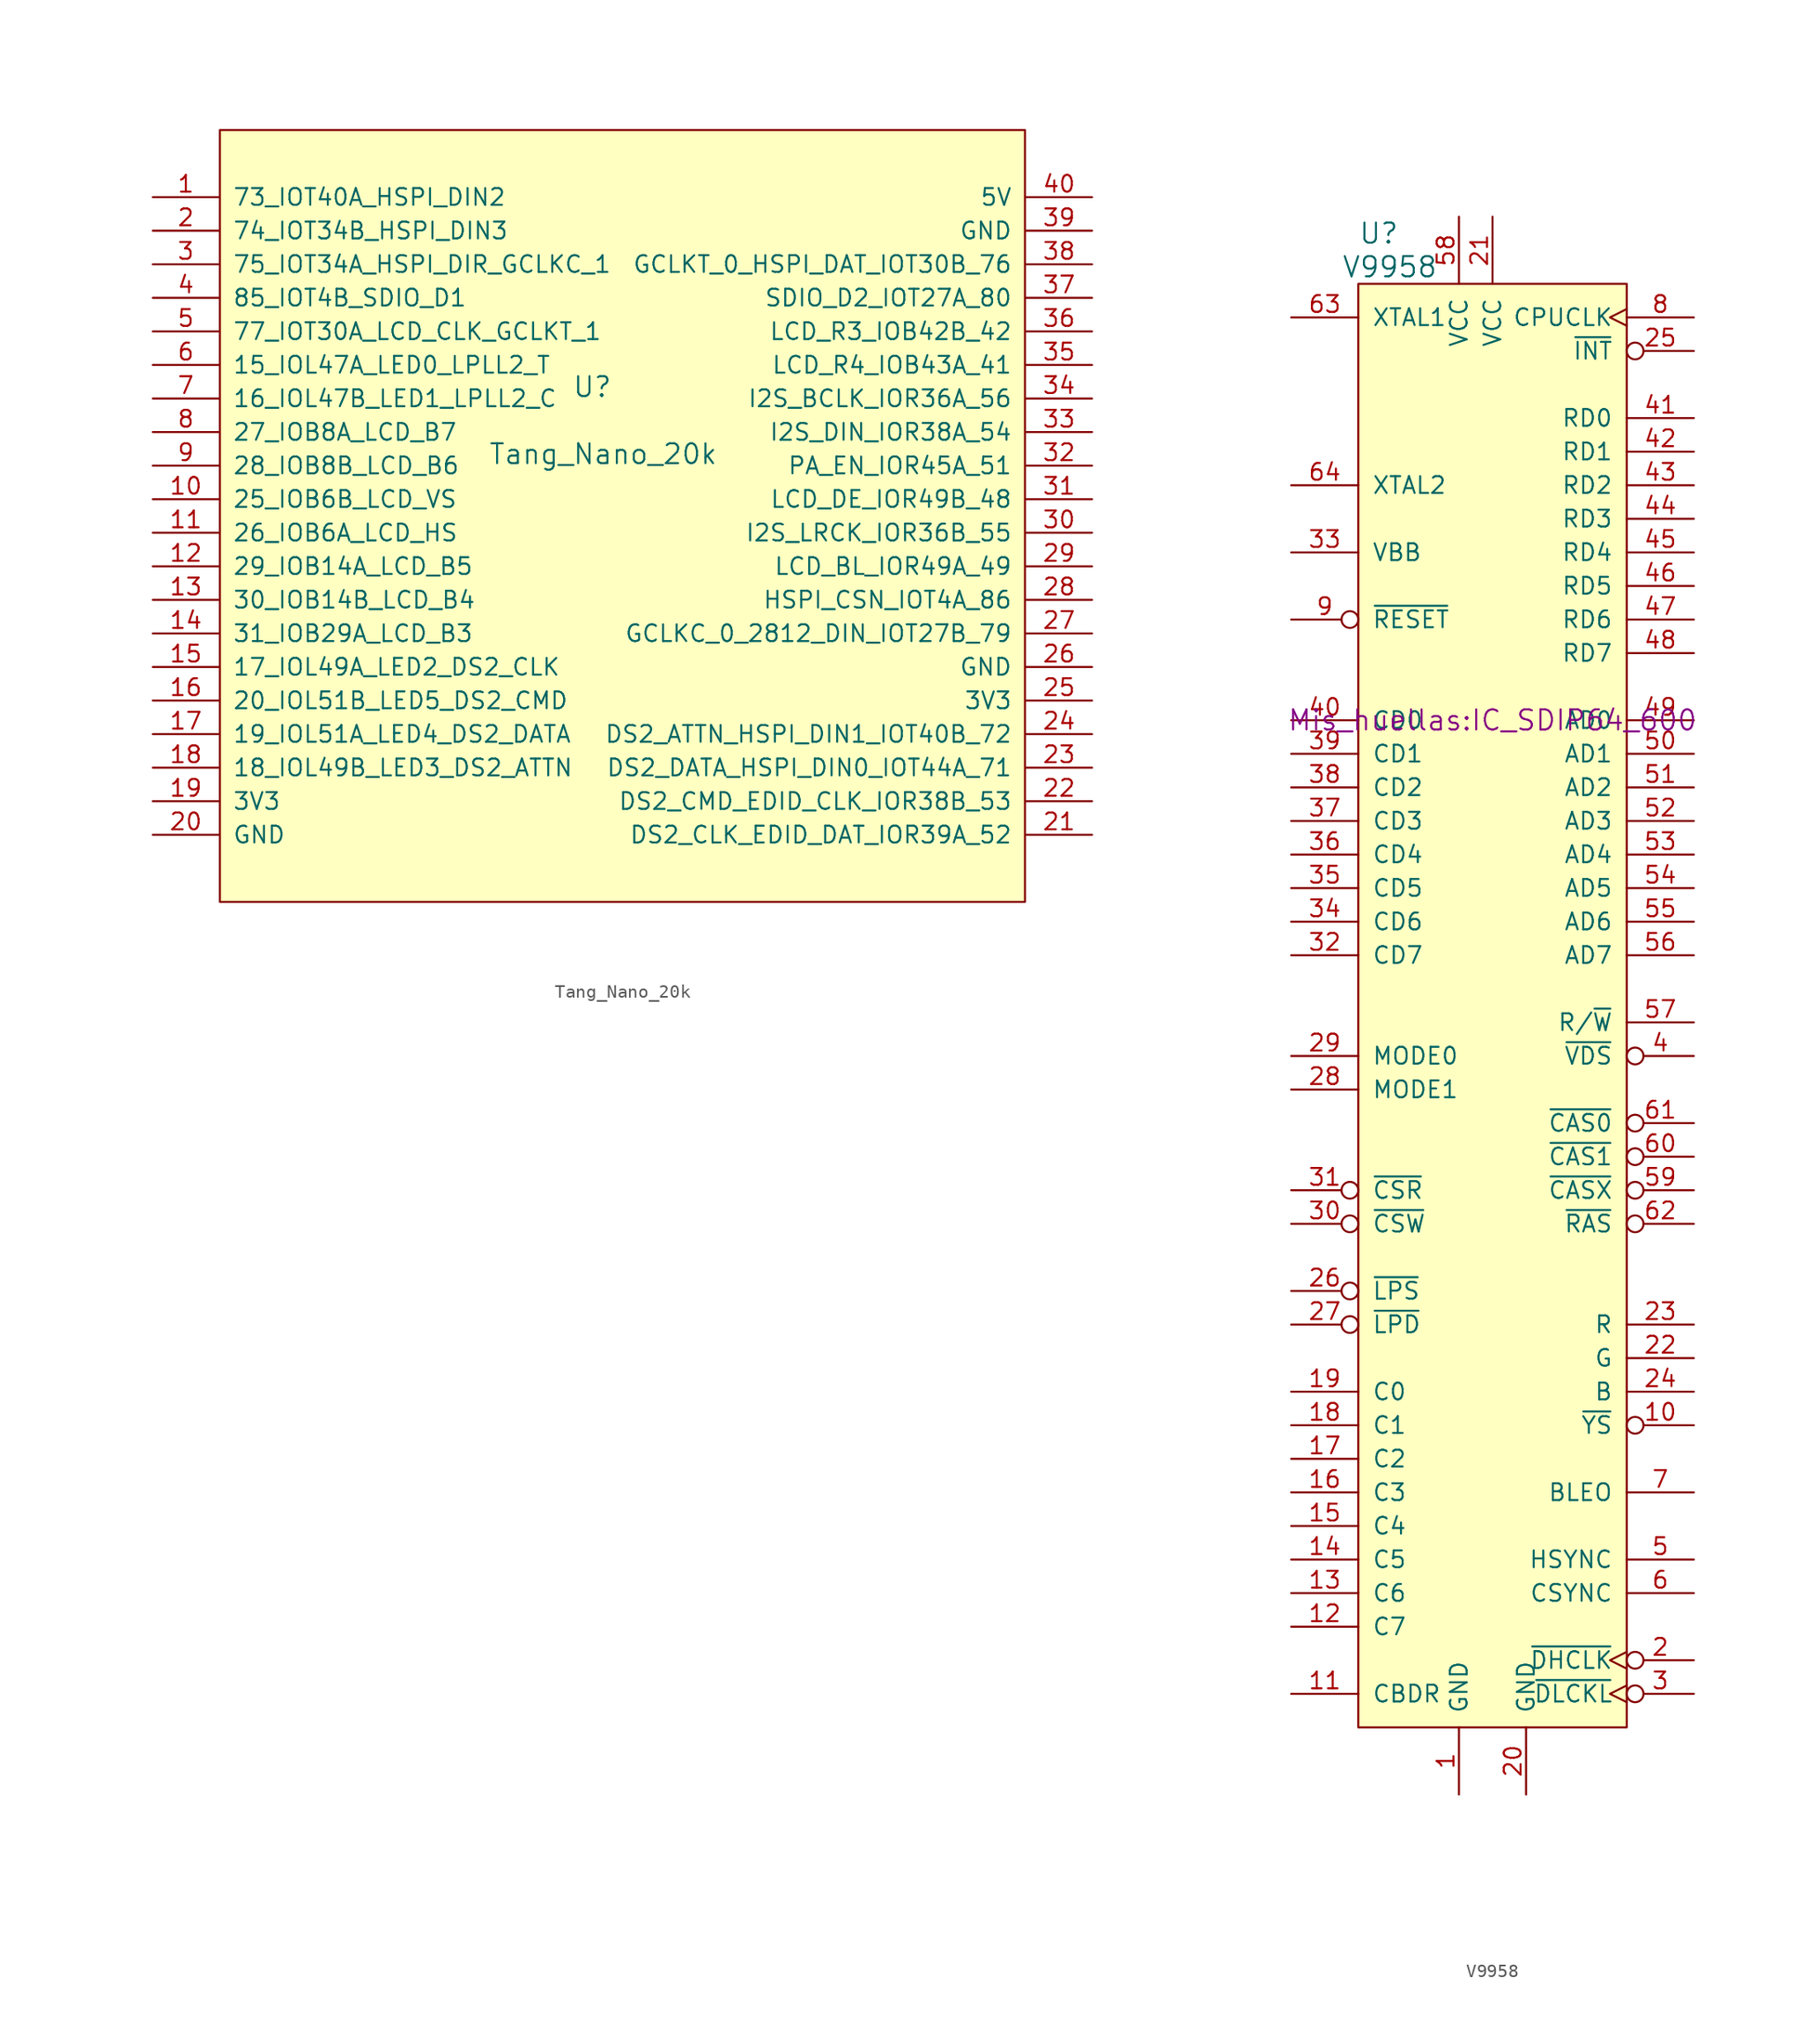
<source format=kicad_sym>
(kicad_symbol_lib
  (version 20211014)
  (generator kicad_symbol_editor)
  (symbol "Tang_Nano_20k"
    (pin_names
      (offset 1.016))
    (property "Reference" "U"
      (at -3.81 7.62 0)
      (effects (font (size 1.499 1.499)) (justify left bottom)))
    (property "Value" "Tang_Nano_20k"
      (at -10.16 2.54 0)
      (effects (font (size 1.499 1.499)) (justify left bottom)))
    (symbol "Tang_Nano_20k_1_0"
      (pin bidirectional line (at -35.56 22.86 0) (length 5) (name "73_IOT40A_HSPI_DIN2" (effects (font (size 1.27 1.27)))) (number "1" (effects (font (size 1.27 1.27)))))
      (pin bidirectional line (at -35.56 0 0) (length 5) (name "25_IOB6B_LCD_VS" (effects (font (size 1.27 1.27)))) (number "10" (effects (font (size 1.27 1.27)))))
      (pin bidirectional line (at -35.56 -2.54 0) (length 5) (name "26_IOB6A_LCD_HS" (effects (font (size 1.27 1.27)))) (number "11" (effects (font (size 1.27 1.27)))))
      (pin bidirectional line (at -35.56 -5.08 0) (length 5) (name "29_IOB14A_LCD_B5" (effects (font (size 1.27 1.27)))) (number "12" (effects (font (size 1.27 1.27)))))
      (pin bidirectional line (at -35.56 -7.62 0) (length 5) (name "30_IOB14B_LCD_B4" (effects (font (size 1.27 1.27)))) (number "13" (effects (font (size 1.27 1.27)))))
      (pin bidirectional line (at -35.56 -10.16 0) (length 5) (name "31_IOB29A_LCD_B3" (effects (font (size 1.27 1.27)))) (number "14" (effects (font (size 1.27 1.27)))))
      (pin bidirectional line (at -35.56 -12.7 0) (length 5) (name "17_IOL49A_LED2_DS2_CLK" (effects (font (size 1.27 1.27)))) (number "15" (effects (font (size 1.27 1.27)))))
      (pin bidirectional line (at -35.56 -15.24 0) (length 5) (name "20_IOL51B_LED5_DS2_CMD" (effects (font (size 1.27 1.27)))) (number "16" (effects (font (size 1.27 1.27)))))
      (pin bidirectional line (at -35.56 -17.78 0) (length 5) (name "19_IOL51A_LED4_DS2_DATA" (effects (font (size 1.27 1.27)))) (number "17" (effects (font (size 1.27 1.27)))))
      (pin bidirectional line (at -35.56 -20.32 0) (length 5) (name "18_IOL49B_LED3_DS2_ATTN" (effects (font (size 1.27 1.27)))) (number "18" (effects (font (size 1.27 1.27)))))
      (pin bidirectional line (at -35.56 -22.86 0) (length 5) (name "3V3" (effects (font (size 1.27 1.27)))) (number "19" (effects (font (size 1.27 1.27)))))
      (pin bidirectional line (at -35.56 20.32 0) (length 5) (name "74_IOT34B_HSPI_DIN3" (effects (font (size 1.27 1.27)))) (number "2" (effects (font (size 1.27 1.27)))))
      (pin bidirectional line (at -35.56 -25.4 0) (length 5) (name "GND" (effects (font (size 1.27 1.27)))) (number "20" (effects (font (size 1.27 1.27)))))
      (pin bidirectional line (at 35.56 -25.4 180) (length 5) (name "DS2_CLK_EDID_DAT_IOR39A_52" (effects (font (size 1.27 1.27)))) (number "21" (effects (font (size 1.27 1.27)))))
      (pin bidirectional line (at 35.56 -22.86 180) (length 5) (name "DS2_CMD_EDID_CLK_IOR38B_53" (effects (font (size 1.27 1.27)))) (number "22" (effects (font (size 1.27 1.27)))))
      (pin bidirectional line (at 35.56 -20.32 180) (length 5) (name "DS2_DATA_HSPI_DIN0_IOT44A_71" (effects (font (size 1.27 1.27)))) (number "23" (effects (font (size 1.27 1.27)))))
      (pin bidirectional line (at 35.56 -17.78 180) (length 5) (name "DS2_ATTN_HSPI_DIN1_IOT40B_72" (effects (font (size 1.27 1.27)))) (number "24" (effects (font (size 1.27 1.27)))))
      (pin bidirectional line (at 35.56 -15.24 180) (length 5) (name "3V3" (effects (font (size 1.27 1.27)))) (number "25" (effects (font (size 1.27 1.27)))))
      (pin bidirectional line (at 35.56 -12.7 180) (length 5) (name "GND" (effects (font (size 1.27 1.27)))) (number "26" (effects (font (size 1.27 1.27)))))
      (pin bidirectional line (at 35.56 -10.16 180) (length 5) (name "GCLKC_0_2812_DIN_IOT27B_79" (effects (font (size 1.27 1.27)))) (number "27" (effects (font (size 1.27 1.27)))))
      (pin bidirectional line (at 35.56 -7.62 180) (length 5) (name "HSPI_CSN_IOT4A_86" (effects (font (size 1.27 1.27)))) (number "28" (effects (font (size 1.27 1.27)))))
      (pin bidirectional line (at 35.56 -5.08 180) (length 5) (name "LCD_BL_IOR49A_49" (effects (font (size 1.27 1.27)))) (number "29" (effects (font (size 1.27 1.27)))))
      (pin bidirectional line (at -35.56 17.78 0) (length 5) (name "75_IOT34A_HSPI_DIR_GCLKC_1" (effects (font (size 1.27 1.27)))) (number "3" (effects (font (size 1.27 1.27)))))
      (pin bidirectional line (at 35.56 -2.54 180) (length 5) (name "I2S_LRCK_IOR36B_55" (effects (font (size 1.27 1.27)))) (number "30" (effects (font (size 1.27 1.27)))))
      (pin bidirectional line (at 35.56 0 180) (length 5) (name "LCD_DE_IOR49B_48" (effects (font (size 1.27 1.27)))) (number "31" (effects (font (size 1.27 1.27)))))
      (pin bidirectional line (at 35.56 2.54 180) (length 5) (name "PA_EN_IOR45A_51" (effects (font (size 1.27 1.27)))) (number "32" (effects (font (size 1.27 1.27)))))
      (pin bidirectional line (at 35.56 5.08 180) (length 5) (name "I2S_DIN_IOR38A_54" (effects (font (size 1.27 1.27)))) (number "33" (effects (font (size 1.27 1.27)))))
      (pin bidirectional line (at 35.56 7.62 180) (length 5) (name "I2S_BCLK_IOR36A_56" (effects (font (size 1.27 1.27)))) (number "34" (effects (font (size 1.27 1.27)))))
      (pin bidirectional line (at 35.56 10.16 180) (length 5) (name "LCD_R4_IOB43A_41" (effects (font (size 1.27 1.27)))) (number "35" (effects (font (size 1.27 1.27)))))
      (pin bidirectional line (at 35.56 12.7 180) (length 5) (name "LCD_R3_IOB42B_42" (effects (font (size 1.27 1.27)))) (number "36" (effects (font (size 1.27 1.27)))))
      (pin bidirectional line (at 35.56 15.24 180) (length 5) (name "SDIO_D2_IOT27A_80" (effects (font (size 1.27 1.27)))) (number "37" (effects (font (size 1.27 1.27)))))
      (pin bidirectional line (at 35.56 17.78 180) (length 5) (name "GCLKT_0_HSPI_DAT_IOT30B_76" (effects (font (size 1.27 1.27)))) (number "38" (effects (font (size 1.27 1.27)))))
      (pin bidirectional line (at 35.56 20.32 180) (length 5) (name "GND" (effects (font (size 1.27 1.27)))) (number "39" (effects (font (size 1.27 1.27)))))
      (pin bidirectional line (at -35.56 15.24 0) (length 5) (name "85_IOT4B_SDIO_D1" (effects (font (size 1.27 1.27)))) (number "4" (effects (font (size 1.27 1.27)))))
      (pin bidirectional line (at 35.56 22.86 180) (length 5) (name "5V" (effects (font (size 1.27 1.27)))) (number "40" (effects (font (size 1.27 1.27)))))
      (pin bidirectional line (at -35.56 12.7 0) (length 5) (name "77_IOT30A_LCD_CLK_GCLKT_1" (effects (font (size 1.27 1.27)))) (number "5" (effects (font (size 1.27 1.27)))))
      (pin bidirectional line (at -35.56 10.16 0) (length 5) (name "15_IOL47A_LED0_LPLL2_T" (effects (font (size 1.27 1.27)))) (number "6" (effects (font (size 1.27 1.27)))))
      (pin bidirectional line (at -35.56 7.62 0) (length 5) (name "16_IOL47B_LED1_LPLL2_C" (effects (font (size 1.27 1.27)))) (number "7" (effects (font (size 1.27 1.27)))))
      (pin bidirectional line (at -35.56 5.08 0) (length 5) (name "27_IOB8A_LCD_B7" (effects (font (size 1.27 1.27)))) (number "8" (effects (font (size 1.27 1.27)))))
      (pin bidirectional line (at -35.56 2.54 0) (length 5) (name "28_IOB8B_LCD_B6" (effects (font (size 1.27 1.27)))) (number "9" (effects (font (size 1.27 1.27))))))
    (symbol "Tang_Nano_20k_1_1"
      (rectangle (start -30.48 27.94) (end 30.48 -30.48) (stroke (width 0) (type default) (color 0 0 0 0)) (fill (type background)))))
  (symbol "V9958"
    (pin_names
      (offset 1.016))
    (property "Reference" "U"
      (at -10.16 58.42 0)
      (effects (font (size 1.524 1.524)) (justify left)))
    (property "Value" "V9958"
      (at -11.43 55.88 0)
      (effects (font (size 1.524 1.524)) (justify left)))
    (property "Footprint" "Mis_huellas:IC_SDIP64_600"
      (at 0 21.59 0)
      (effects (font (size 1.524 1.524))))
    (property "Datasheet" ""
      (at 0 21.59 0)
      (effects (font (size 1.524 1.524))))
    (symbol "V9958_0_1"
      (rectangle (start -10.16 54.61) (end 10.16 -54.61) (stroke (width 0) (type default) (color 0 0 0 0)) (fill (type background))))
    (symbol "V9958_1_1"
      (pin power_in line (at -2.54 -59.69 90) (length 5.08) (name "GND" (effects (font (size 1.27 1.27)))) (number "1" (effects (font (size 1.27 1.27)))))
      (pin output inverted (at 15.24 -31.75 180) (length 5.08) (name "~{YS}" (effects (font (size 1.27 1.27)))) (number "10" (effects (font (size 1.27 1.27)))))
      (pin output line (at -15.24 -52.07 0) (length 5.08) (name "CBDR" (effects (font (size 1.27 1.27)))) (number "11" (effects (font (size 1.27 1.27)))))
      (pin tri_state line (at -15.24 -46.99 0) (length 5.08) (name "C7" (effects (font (size 1.27 1.27)))) (number "12" (effects (font (size 1.27 1.27)))))
      (pin tri_state line (at -15.24 -44.45 0) (length 5.08) (name "C6" (effects (font (size 1.27 1.27)))) (number "13" (effects (font (size 1.27 1.27)))))
      (pin tri_state line (at -15.24 -41.91 0) (length 5.08) (name "C5" (effects (font (size 1.27 1.27)))) (number "14" (effects (font (size 1.27 1.27)))))
      (pin tri_state line (at -15.24 -39.37 0) (length 5.08) (name "C4" (effects (font (size 1.27 1.27)))) (number "15" (effects (font (size 1.27 1.27)))))
      (pin tri_state line (at -15.24 -36.83 0) (length 5.08) (name "C3" (effects (font (size 1.27 1.27)))) (number "16" (effects (font (size 1.27 1.27)))))
      (pin tri_state line (at -15.24 -34.29 0) (length 5.08) (name "C2" (effects (font (size 1.27 1.27)))) (number "17" (effects (font (size 1.27 1.27)))))
      (pin tri_state line (at -15.24 -31.75 0) (length 5.08) (name "C1" (effects (font (size 1.27 1.27)))) (number "18" (effects (font (size 1.27 1.27)))))
      (pin tri_state line (at -15.24 -29.21 0) (length 5.08) (name "C0" (effects (font (size 1.27 1.27)))) (number "19" (effects (font (size 1.27 1.27)))))
      (pin output inverted_clock (at 15.24 -49.53 180) (length 5.08) (name "~{DHCLK}" (effects (font (size 1.27 1.27)))) (number "2" (effects (font (size 1.27 1.27)))))
      (pin power_in line (at 2.54 -59.69 90) (length 5.08) (name "GND" (effects (font (size 1.27 1.27)))) (number "20" (effects (font (size 1.27 1.27)))))
      (pin power_in line (at 0 59.69 270) (length 5.08) (name "VCC" (effects (font (size 1.27 1.27)))) (number "21" (effects (font (size 1.27 1.27)))))
      (pin output line (at 15.24 -26.67 180) (length 5.08) (name "G" (effects (font (size 1.27 1.27)))) (number "22" (effects (font (size 1.27 1.27)))))
      (pin output line (at 15.24 -24.13 180) (length 5.08) (name "R" (effects (font (size 1.27 1.27)))) (number "23" (effects (font (size 1.27 1.27)))))
      (pin output line (at 15.24 -29.21 180) (length 5.08) (name "B" (effects (font (size 1.27 1.27)))) (number "24" (effects (font (size 1.27 1.27)))))
      (pin open_collector inverted (at 15.24 49.53 180) (length 5.08) (name "~{INT}" (effects (font (size 1.27 1.27)))) (number "25" (effects (font (size 1.27 1.27)))))
      (pin input inverted (at -15.24 -21.59 0) (length 5.08) (name "~{LPS}" (effects (font (size 1.27 1.27)))) (number "26" (effects (font (size 1.27 1.27)))))
      (pin input inverted (at -15.24 -24.13 0) (length 5.08) (name "~{LPD}" (effects (font (size 1.27 1.27)))) (number "27" (effects (font (size 1.27 1.27)))))
      (pin input line (at -15.24 -6.35 0) (length 5.08) (name "MODE1" (effects (font (size 1.27 1.27)))) (number "28" (effects (font (size 1.27 1.27)))))
      (pin input line (at -15.24 -3.81 0) (length 5.08) (name "MODE0" (effects (font (size 1.27 1.27)))) (number "29" (effects (font (size 1.27 1.27)))))
      (pin output inverted_clock (at 15.24 -52.07 180) (length 5.08) (name "~{DLCKL}" (effects (font (size 1.27 1.27)))) (number "3" (effects (font (size 1.27 1.27)))))
      (pin input inverted (at -15.24 -16.51 0) (length 5.08) (name "~{CSW}" (effects (font (size 1.27 1.27)))) (number "30" (effects (font (size 1.27 1.27)))))
      (pin input inverted (at -15.24 -13.97 0) (length 5.08) (name "~{CSR}" (effects (font (size 1.27 1.27)))) (number "31" (effects (font (size 1.27 1.27)))))
      (pin tri_state line (at -15.24 3.81 0) (length 5.08) (name "CD7" (effects (font (size 1.27 1.27)))) (number "32" (effects (font (size 1.27 1.27)))))
      (pin output line (at -15.24 34.29 0) (length 5.08) (name "VBB" (effects (font (size 1.27 1.27)))) (number "33" (effects (font (size 1.27 1.27)))))
      (pin tri_state line (at -15.24 6.35 0) (length 5.08) (name "CD6" (effects (font (size 1.27 1.27)))) (number "34" (effects (font (size 1.27 1.27)))))
      (pin tri_state line (at -15.24 8.89 0) (length 5.08) (name "CD5" (effects (font (size 1.27 1.27)))) (number "35" (effects (font (size 1.27 1.27)))))
      (pin tri_state line (at -15.24 11.43 0) (length 5.08) (name "CD4" (effects (font (size 1.27 1.27)))) (number "36" (effects (font (size 1.27 1.27)))))
      (pin tri_state line (at -15.24 13.97 0) (length 5.08) (name "CD3" (effects (font (size 1.27 1.27)))) (number "37" (effects (font (size 1.27 1.27)))))
      (pin tri_state line (at -15.24 16.51 0) (length 5.08) (name "CD2" (effects (font (size 1.27 1.27)))) (number "38" (effects (font (size 1.27 1.27)))))
      (pin tri_state line (at -15.24 19.05 0) (length 5.08) (name "CD1" (effects (font (size 1.27 1.27)))) (number "39" (effects (font (size 1.27 1.27)))))
      (pin output inverted (at 15.24 -3.81 180) (length 5.08) (name "~{VDS}" (effects (font (size 1.27 1.27)))) (number "4" (effects (font (size 1.27 1.27)))))
      (pin tri_state line (at -15.24 21.59 0) (length 5.08) (name "CD0" (effects (font (size 1.27 1.27)))) (number "40" (effects (font (size 1.27 1.27)))))
      (pin tri_state line (at 15.24 44.45 180) (length 5.08) (name "RD0" (effects (font (size 1.27 1.27)))) (number "41" (effects (font (size 1.27 1.27)))))
      (pin tri_state line (at 15.24 41.91 180) (length 5.08) (name "RD1" (effects (font (size 1.27 1.27)))) (number "42" (effects (font (size 1.27 1.27)))))
      (pin tri_state line (at 15.24 39.37 180) (length 5.08) (name "RD2" (effects (font (size 1.27 1.27)))) (number "43" (effects (font (size 1.27 1.27)))))
      (pin tri_state line (at 15.24 36.83 180) (length 5.08) (name "RD3" (effects (font (size 1.27 1.27)))) (number "44" (effects (font (size 1.27 1.27)))))
      (pin tri_state line (at 15.24 34.29 180) (length 5.08) (name "RD4" (effects (font (size 1.27 1.27)))) (number "45" (effects (font (size 1.27 1.27)))))
      (pin tri_state line (at 15.24 31.75 180) (length 5.08) (name "RD5" (effects (font (size 1.27 1.27)))) (number "46" (effects (font (size 1.27 1.27)))))
      (pin tri_state line (at 15.24 29.21 180) (length 5.08) (name "RD6" (effects (font (size 1.27 1.27)))) (number "47" (effects (font (size 1.27 1.27)))))
      (pin tri_state line (at 15.24 26.67 180) (length 5.08) (name "RD7" (effects (font (size 1.27 1.27)))) (number "48" (effects (font (size 1.27 1.27)))))
      (pin output line (at 15.24 21.59 180) (length 5.08) (name "AD0" (effects (font (size 1.27 1.27)))) (number "49" (effects (font (size 1.27 1.27)))))
      (pin bidirectional line (at 15.24 -41.91 180) (length 5.08) (name "HSYNC" (effects (font (size 1.27 1.27)))) (number "5" (effects (font (size 1.27 1.27)))))
      (pin output line (at 15.24 19.05 180) (length 5.08) (name "AD1" (effects (font (size 1.27 1.27)))) (number "50" (effects (font (size 1.27 1.27)))))
      (pin output line (at 15.24 16.51 180) (length 5.08) (name "AD2" (effects (font (size 1.27 1.27)))) (number "51" (effects (font (size 1.27 1.27)))))
      (pin output line (at 15.24 13.97 180) (length 5.08) (name "AD3" (effects (font (size 1.27 1.27)))) (number "52" (effects (font (size 1.27 1.27)))))
      (pin output line (at 15.24 11.43 180) (length 5.08) (name "AD4" (effects (font (size 1.27 1.27)))) (number "53" (effects (font (size 1.27 1.27)))))
      (pin output line (at 15.24 8.89 180) (length 5.08) (name "AD5" (effects (font (size 1.27 1.27)))) (number "54" (effects (font (size 1.27 1.27)))))
      (pin output line (at 15.24 6.35 180) (length 5.08) (name "AD6" (effects (font (size 1.27 1.27)))) (number "55" (effects (font (size 1.27 1.27)))))
      (pin output line (at 15.24 3.81 180) (length 5.08) (name "AD7" (effects (font (size 1.27 1.27)))) (number "56" (effects (font (size 1.27 1.27)))))
      (pin output line (at 15.24 -1.27 180) (length 5.08) (name "R/~{W}" (effects (font (size 1.27 1.27)))) (number "57" (effects (font (size 1.27 1.27)))))
      (pin power_in line (at -2.54 59.69 270) (length 5.08) (name "VCC" (effects (font (size 1.27 1.27)))) (number "58" (effects (font (size 1.27 1.27)))))
      (pin output inverted (at 15.24 -13.97 180) (length 5.08) (name "~{CASX}" (effects (font (size 1.27 1.27)))) (number "59" (effects (font (size 1.27 1.27)))))
      (pin bidirectional line (at 15.24 -44.45 180) (length 5.08) (name "CSYNC" (effects (font (size 1.27 1.27)))) (number "6" (effects (font (size 1.27 1.27)))))
      (pin output inverted (at 15.24 -11.43 180) (length 5.08) (name "~{CAS1}" (effects (font (size 1.27 1.27)))) (number "60" (effects (font (size 1.27 1.27)))))
      (pin output inverted (at 15.24 -8.89 180) (length 5.08) (name "~{CAS0}" (effects (font (size 1.27 1.27)))) (number "61" (effects (font (size 1.27 1.27)))))
      (pin output inverted (at 15.24 -16.51 180) (length 5.08) (name "~{RAS}" (effects (font (size 1.27 1.27)))) (number "62" (effects (font (size 1.27 1.27)))))
      (pin input line (at -15.24 52.07 0) (length 5.08) (name "XTAL1" (effects (font (size 1.27 1.27)))) (number "63" (effects (font (size 1.27 1.27)))))
      (pin input line (at -15.24 39.37 0) (length 5.08) (name "XTAL2" (effects (font (size 1.27 1.27)))) (number "64" (effects (font (size 1.27 1.27)))))
      (pin output line (at 15.24 -36.83 180) (length 5.08) (name "BLEO" (effects (font (size 1.27 1.27)))) (number "7" (effects (font (size 1.27 1.27)))))
      (pin output clock (at 15.24 52.07 180) (length 5.08) (name "CPUCLK" (effects (font (size 1.27 1.27)))) (number "8" (effects (font (size 1.27 1.27)))))
      (pin input inverted (at -15.24 29.21 0) (length 5.08) (name "~{RESET}" (effects (font (size 1.27 1.27)))) (number "9" (effects (font (size 1.27 1.27))))))))
</source>
